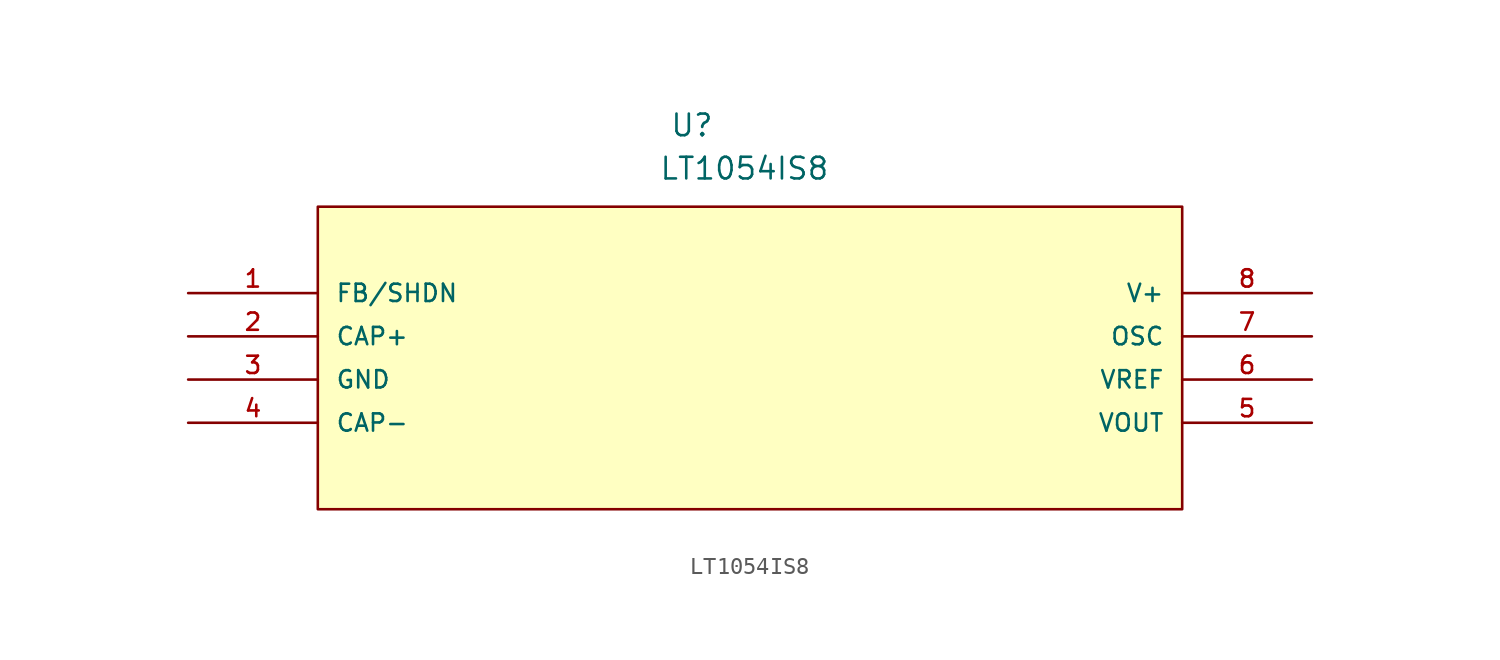
<source format=kicad_sym>
(kicad_symbol_lib
  (version 20211014)
  (generator kicad_symbol_editor)
  (symbol "LT1054IS8"
    (pin_names
      (offset 1.016))
    (property "Reference" "U"
      (at 28.296 9.119 0.0)
      (effects (font (size 1.27 1.27)) (justify bottom left)))
    (property "Value" "LT1054IS8"
      (at 27.661 6.579 0.0)
      (effects (font (size 1.27 1.27)) (justify bottom left)))
    (symbol "LT1054IS8_0_0"
      (rectangle (start 7.62 -12.7) (end 58.42 5.08) (stroke (width 0.152)) (fill (type background)))
      (pin passive line (at 0.0 0.0 0) (length 7.62) (name "FB/SHDN" (effects (font (size 1.016 1.016)))) (number "1" (effects (font (size 1.016 1.016)))))
      (pin passive line (at 0.0 -2.54 0) (length 7.62) (name "CAP+" (effects (font (size 1.016 1.016)))) (number "2" (effects (font (size 1.016 1.016)))))
      (pin power_in line (at 0.0 -5.08 0) (length 7.62) (name "GND" (effects (font (size 1.016 1.016)))) (number "3" (effects (font (size 1.016 1.016)))))
      (pin passive line (at 0.0 -7.62 0) (length 7.62) (name "CAP-" (effects (font (size 1.016 1.016)))) (number "4" (effects (font (size 1.016 1.016)))))
      (pin output line (at 66.04 -7.62 180.0) (length 7.62) (name "VOUT" (effects (font (size 1.016 1.016)))) (number "5" (effects (font (size 1.016 1.016)))))
      (pin power_in line (at 66.04 -5.08 180.0) (length 7.62) (name "VREF" (effects (font (size 1.016 1.016)))) (number "6" (effects (font (size 1.016 1.016)))))
      (pin passive line (at 66.04 -2.54 180.0) (length 7.62) (name "OSC" (effects (font (size 1.016 1.016)))) (number "7" (effects (font (size 1.016 1.016)))))
      (pin power_in line (at 66.04 0.0 180.0) (length 7.62) (name "V+" (effects (font (size 1.016 1.016)))) (number "8" (effects (font (size 1.016 1.016))))))))
</source>
